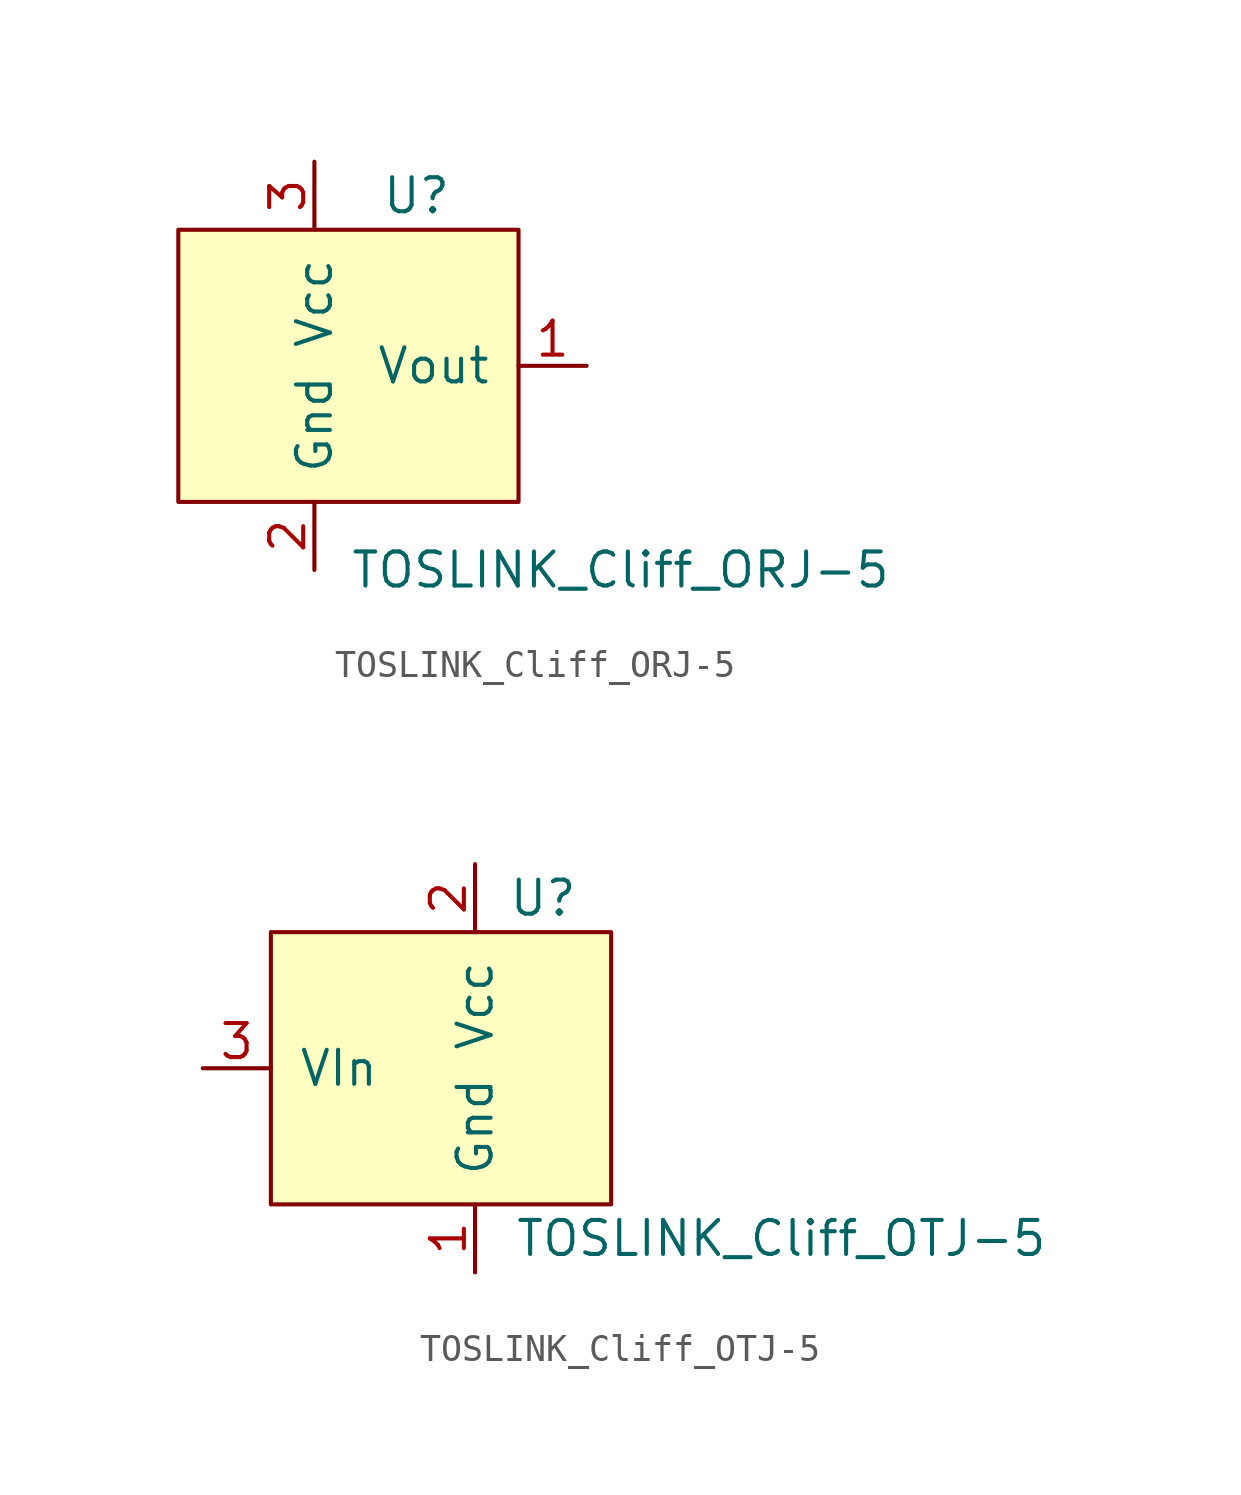
<source format=kicad_sym>
(kicad_symbol_lib
  (version 20201005)
  (generator kicad_symbol_editor)
  (symbol "TOSLINK_Cliff_ORJ-5"
    (pin_names
      (offset 1.016))
    (property "Reference" "U"
      (at 3.81 6.35 0)
      (effects (font (size 1.27 1.27))))
    (property "Value" "TOSLINK_Cliff_ORJ-5"
      (at 11.43 -7.62 0)
      (effects (font (size 1.27 1.27))))
    (symbol "TOSLINK_Cliff_ORJ-5_0_1"
      (rectangle (start 7.62 5.08) (end -5.08 -5.08) (stroke (width 0)) (fill (type background))))
    (symbol "TOSLINK_Cliff_ORJ-5_1_1"
      (pin output line (at 10.16 0 180) (length 2.54) (name "Vout" (effects (font (size 1.27 1.27)))) (number "1" (effects (font (size 1.27 1.27)))))
      (pin power_in line (at 0 -7.62 90) (length 2.54) (name "Gnd" (effects (font (size 1.27 1.27)))) (number "2" (effects (font (size 1.27 1.27)))))
      (pin power_in line (at 0 7.62 270) (length 2.54) (name "Vcc" (effects (font (size 1.27 1.27)))) (number "3" (effects (font (size 1.27 1.27)))))))
  (symbol "TOSLINK_Cliff_OTJ-5"
    (pin_names
      (offset 1.016))
    (property "Reference" "U"
      (at 2.54 6.35 0)
      (effects (font (size 1.27 1.27))))
    (property "Value" "TOSLINK_Cliff_OTJ-5"
      (at 11.43 -6.35 0)
      (effects (font (size 1.27 1.27))))
    (symbol "TOSLINK_Cliff_OTJ-5_0_1"
      (rectangle (start -7.62 5.08) (end 5.08 -5.08) (stroke (width 0)) (fill (type background))))
    (symbol "TOSLINK_Cliff_OTJ-5_1_1"
      (pin power_in line (at 0 -7.62 90) (length 2.54) (name "Gnd" (effects (font (size 1.27 1.27)))) (number "1" (effects (font (size 1.27 1.27)))))
      (pin power_in line (at 0 7.62 270) (length 2.54) (name "Vcc" (effects (font (size 1.27 1.27)))) (number "2" (effects (font (size 1.27 1.27)))))
      (pin output line (at -10.16 0 0) (length 2.54) (name "VIn" (effects (font (size 1.27 1.27)))) (number "3" (effects (font (size 1.27 1.27))))))))
</source>
